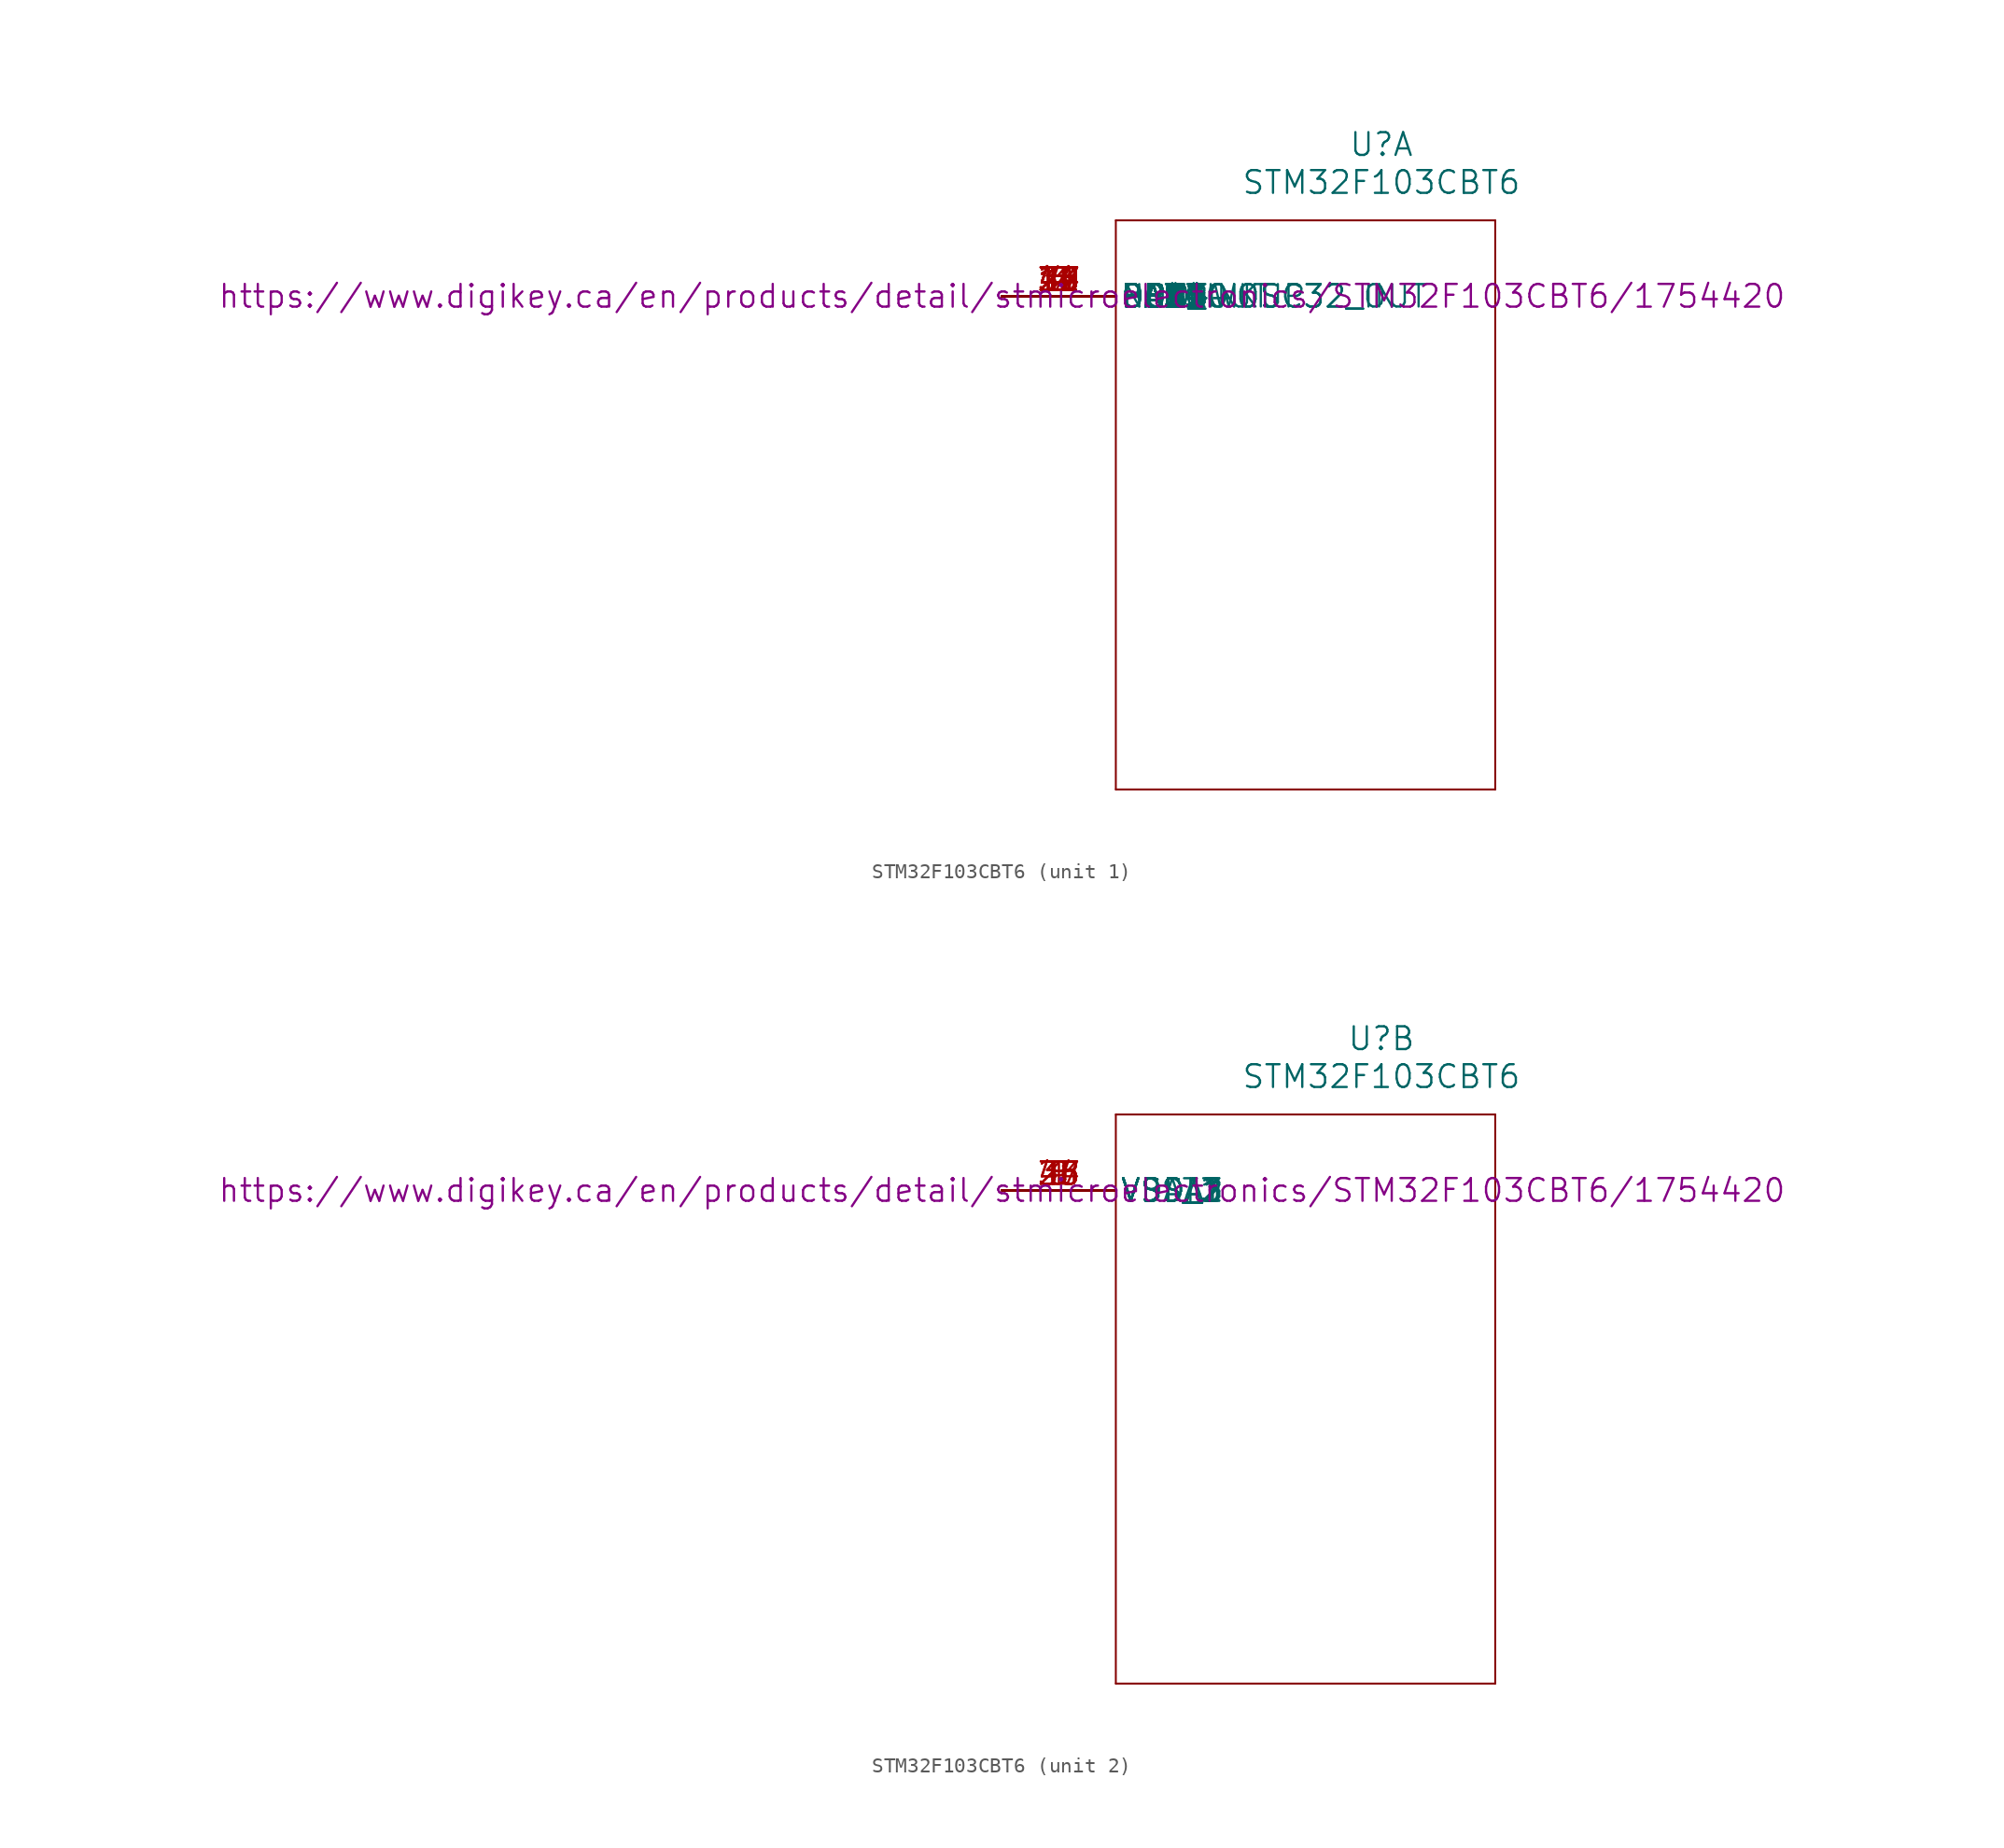
<source format=kicad_sym>
(kicad_symbol_lib
  (version 20241209)
  (generator "kicad_symbol_editor")
  (generator_version "9.0")
  (symbol "STM32F103CBT6"
    (pin_names
      (offset 0.254))
    (property "Reference" "U"
      (at 25.4 10.16 0)
      (effects (font (size 1.524 1.524))))
    (property "Value" "STM32F103CBT6"
      (at 25.4 7.62 0)
      (effects (font (size 1.524 1.524))))
    (property "Datasheet" "https://www.digikey.ca/en/products/detail/stmicroelectronics/STM32F103CBT6/1754420"
      (at 0 0 0)
      (effects (font (size 1.524 1.524))))
    (symbol "STM32F103CBT6_1_1"
      (polyline (pts (xy 7.62 5.08) (xy 7.62 -33.02)) (stroke (width 0.127) (type solid)) (fill (type none)))
      (polyline (pts (xy 7.62 -33.02) (xy 33.02 -33.02)) (stroke (width 0.127) (type solid)) (fill (type none)))
      (polyline (pts (xy 33.02 5.08) (xy 7.62 5.08)) (stroke (width 0.127) (type solid)) (fill (type none)))
      (polyline (pts (xy 33.02 -33.02) (xy 33.02 5.08)) (stroke (width 0.127) (type solid)) (fill (type none)))
      (pin bidirectional line (at 0 0 0) (length 7.62) (name "PA0-WKUP" (effects (font (size 1.499 1.499)))) (number "10" (effects (font (size 1.499 1.499)))))
      (pin bidirectional line (at 0 0 0) (length 7.62) (name "PA1" (effects (font (size 1.499 1.499)))) (number "11" (effects (font (size 1.499 1.499)))))
      (pin bidirectional line (at 0 0 0) (length 7.62) (name "PA2" (effects (font (size 1.499 1.499)))) (number "12" (effects (font (size 1.499 1.499)))))
      (pin bidirectional line (at 0 0 0) (length 7.62) (name "PA3" (effects (font (size 1.499 1.499)))) (number "13" (effects (font (size 1.499 1.499)))))
      (pin bidirectional line (at 0 0 0) (length 7.62) (name "PA4" (effects (font (size 1.499 1.499)))) (number "14" (effects (font (size 1.499 1.499)))))
      (pin bidirectional line (at 0 0 0) (length 7.62) (name "PA5" (effects (font (size 1.499 1.499)))) (number "15" (effects (font (size 1.499 1.499)))))
      (pin bidirectional line (at 0 0 0) (length 7.62) (name "PA6" (effects (font (size 1.499 1.499)))) (number "16" (effects (font (size 1.499 1.499)))))
      (pin bidirectional line (at 0 0 0) (length 7.62) (name "PA7" (effects (font (size 1.499 1.499)))) (number "17" (effects (font (size 1.499 1.499)))))
      (pin bidirectional line (at 0 0 0) (length 7.62) (name "PB0" (effects (font (size 1.499 1.499)))) (number "18" (effects (font (size 1.499 1.499)))))
      (pin bidirectional line (at 0 0 0) (length 7.62) (name "PB1" (effects (font (size 1.499 1.499)))) (number "19" (effects (font (size 1.499 1.499)))))
      (pin bidirectional line (at 0 0 0) (length 7.62) (name "PC13" (effects (font (size 1.499 1.499)))) (number "2" (effects (font (size 1.499 1.499)))))
      (pin bidirectional line (at 0 0 0) (length 7.62) (name "PB2" (effects (font (size 1.499 1.499)))) (number "20" (effects (font (size 1.499 1.499)))))
      (pin bidirectional line (at 0 0 0) (length 7.62) (name "PB10" (effects (font (size 1.499 1.499)))) (number "21" (effects (font (size 1.499 1.499)))))
      (pin bidirectional line (at 0 0 0) (length 7.62) (name "PB11" (effects (font (size 1.499 1.499)))) (number "22" (effects (font (size 1.499 1.499)))))
      (pin bidirectional line (at 0 0 0) (length 7.62) (name "PB12" (effects (font (size 1.499 1.499)))) (number "25" (effects (font (size 1.499 1.499)))))
      (pin bidirectional line (at 0 0 0) (length 7.62) (name "PB13" (effects (font (size 1.499 1.499)))) (number "26" (effects (font (size 1.499 1.499)))))
      (pin bidirectional line (at 0 0 0) (length 7.62) (name "PB14" (effects (font (size 1.499 1.499)))) (number "27" (effects (font (size 1.499 1.499)))))
      (pin bidirectional line (at 0 0 0) (length 7.62) (name "PB15" (effects (font (size 1.499 1.499)))) (number "28" (effects (font (size 1.499 1.499)))))
      (pin bidirectional line (at 0 0 0) (length 7.62) (name "PA8" (effects (font (size 1.499 1.499)))) (number "29" (effects (font (size 1.499 1.499)))))
      (pin bidirectional line (at 0 0 0) (length 7.62) (name "PC14-OSC32_IN" (effects (font (size 1.499 1.499)))) (number "3" (effects (font (size 1.499 1.499)))))
      (pin bidirectional line (at 0 0 0) (length 7.62) (name "PA9" (effects (font (size 1.499 1.499)))) (number "30" (effects (font (size 1.499 1.499)))))
      (pin bidirectional line (at 0 0 0) (length 7.62) (name "PA10" (effects (font (size 1.499 1.499)))) (number "31" (effects (font (size 1.499 1.499)))))
      (pin bidirectional line (at 0 0 0) (length 7.62) (name "PA11" (effects (font (size 1.499 1.499)))) (number "32" (effects (font (size 1.499 1.499)))))
      (pin bidirectional line (at 0 0 0) (length 7.62) (name "PA12" (effects (font (size 1.499 1.499)))) (number "33" (effects (font (size 1.499 1.499)))))
      (pin bidirectional line (at 0 0 0) (length 7.62) (name "PA13" (effects (font (size 1.499 1.499)))) (number "34" (effects (font (size 1.499 1.499)))))
      (pin bidirectional line (at 0 0 0) (length 7.62) (name "PA14" (effects (font (size 1.499 1.499)))) (number "37" (effects (font (size 1.499 1.499)))))
      (pin bidirectional line (at 0 0 0) (length 7.62) (name "PA15" (effects (font (size 1.499 1.499)))) (number "38" (effects (font (size 1.499 1.499)))))
      (pin bidirectional line (at 0 0 0) (length 7.62) (name "PB3" (effects (font (size 1.499 1.499)))) (number "39" (effects (font (size 1.499 1.499)))))
      (pin bidirectional line (at 0 0 0) (length 7.62) (name "PC15-OSC32_OUT" (effects (font (size 1.499 1.499)))) (number "4" (effects (font (size 1.499 1.499)))))
      (pin bidirectional line (at 0 0 0) (length 7.62) (name "PB4" (effects (font (size 1.499 1.499)))) (number "40" (effects (font (size 1.499 1.499)))))
      (pin bidirectional line (at 0 0 0) (length 7.62) (name "PB5" (effects (font (size 1.499 1.499)))) (number "41" (effects (font (size 1.499 1.499)))))
      (pin bidirectional line (at 0 0 0) (length 7.62) (name "PB6" (effects (font (size 1.499 1.499)))) (number "42" (effects (font (size 1.499 1.499)))))
      (pin bidirectional line (at 0 0 0) (length 7.62) (name "PB7" (effects (font (size 1.499 1.499)))) (number "43" (effects (font (size 1.499 1.499)))))
      (pin input line (at 0 0 0) (length 7.62) (name "BOOT0" (effects (font (size 1.499 1.499)))) (number "44" (effects (font (size 1.499 1.499)))))
      (pin bidirectional line (at 0 0 0) (length 7.62) (name "PB8" (effects (font (size 1.499 1.499)))) (number "45" (effects (font (size 1.499 1.499)))))
      (pin bidirectional line (at 0 0 0) (length 7.62) (name "PB9" (effects (font (size 1.499 1.499)))) (number "46" (effects (font (size 1.499 1.499)))))
      (pin input line (at 0 0 0) (length 7.62) (name "OSC_IN" (effects (font (size 1.499 1.499)))) (number "5" (effects (font (size 1.499 1.499)))))
      (pin output line (at 0 0 0) (length 7.62) (name "OSC_OUT" (effects (font (size 1.499 1.499)))) (number "6" (effects (font (size 1.499 1.499)))))
      (pin bidirectional line (at 0 0 0) (length 7.62) (name "NRST" (effects (font (size 1.499 1.499)))) (number "7" (effects (font (size 1.499 1.499))))))
    (symbol "STM32F103CBT6_2_1"
      (polyline (pts (xy 7.62 5.08) (xy 7.62 -33.02)) (stroke (width 0.127) (type solid)) (fill (type none)))
      (polyline (pts (xy 7.62 -33.02) (xy 33.02 -33.02)) (stroke (width 0.127) (type solid)) (fill (type none)))
      (polyline (pts (xy 33.02 5.08) (xy 7.62 5.08)) (stroke (width 0.127) (type solid)) (fill (type none)))
      (polyline (pts (xy 33.02 -33.02) (xy 33.02 5.08)) (stroke (width 0.127) (type solid)) (fill (type none)))
      (pin power_in line (at 0 0 0) (length 7.62) (name "VBAT" (effects (font (size 1.499 1.499)))) (number "1" (effects (font (size 1.499 1.499)))))
      (pin power_in line (at 0 0 0) (length 7.62) (name "VSS_1" (effects (font (size 1.499 1.499)))) (number "23" (effects (font (size 1.499 1.499)))))
      (pin power_in line (at 0 0 0) (length 7.62) (name "VDD_1" (effects (font (size 1.499 1.499)))) (number "24" (effects (font (size 1.499 1.499)))))
      (pin power_in line (at 0 0 0) (length 7.62) (name "VSS_2" (effects (font (size 1.499 1.499)))) (number "35" (effects (font (size 1.499 1.499)))))
      (pin power_in line (at 0 0 0) (length 7.62) (name "VDD_2" (effects (font (size 1.499 1.499)))) (number "36" (effects (font (size 1.499 1.499)))))
      (pin power_in line (at 0 0 0) (length 7.62) (name "VSS_3" (effects (font (size 1.499 1.499)))) (number "47" (effects (font (size 1.499 1.499)))))
      (pin power_in line (at 0 0 0) (length 7.62) (name "VDD_3" (effects (font (size 1.499 1.499)))) (number "48" (effects (font (size 1.499 1.499)))))
      (pin power_in line (at 0 0 0) (length 7.62) (name "VSSA" (effects (font (size 1.499 1.499)))) (number "8" (effects (font (size 1.499 1.499)))))
      (pin power_in line (at 0 0 0) (length 7.62) (name "VDDA" (effects (font (size 1.499 1.499)))) (number "9" (effects (font (size 1.499 1.499))))))))
</source>
